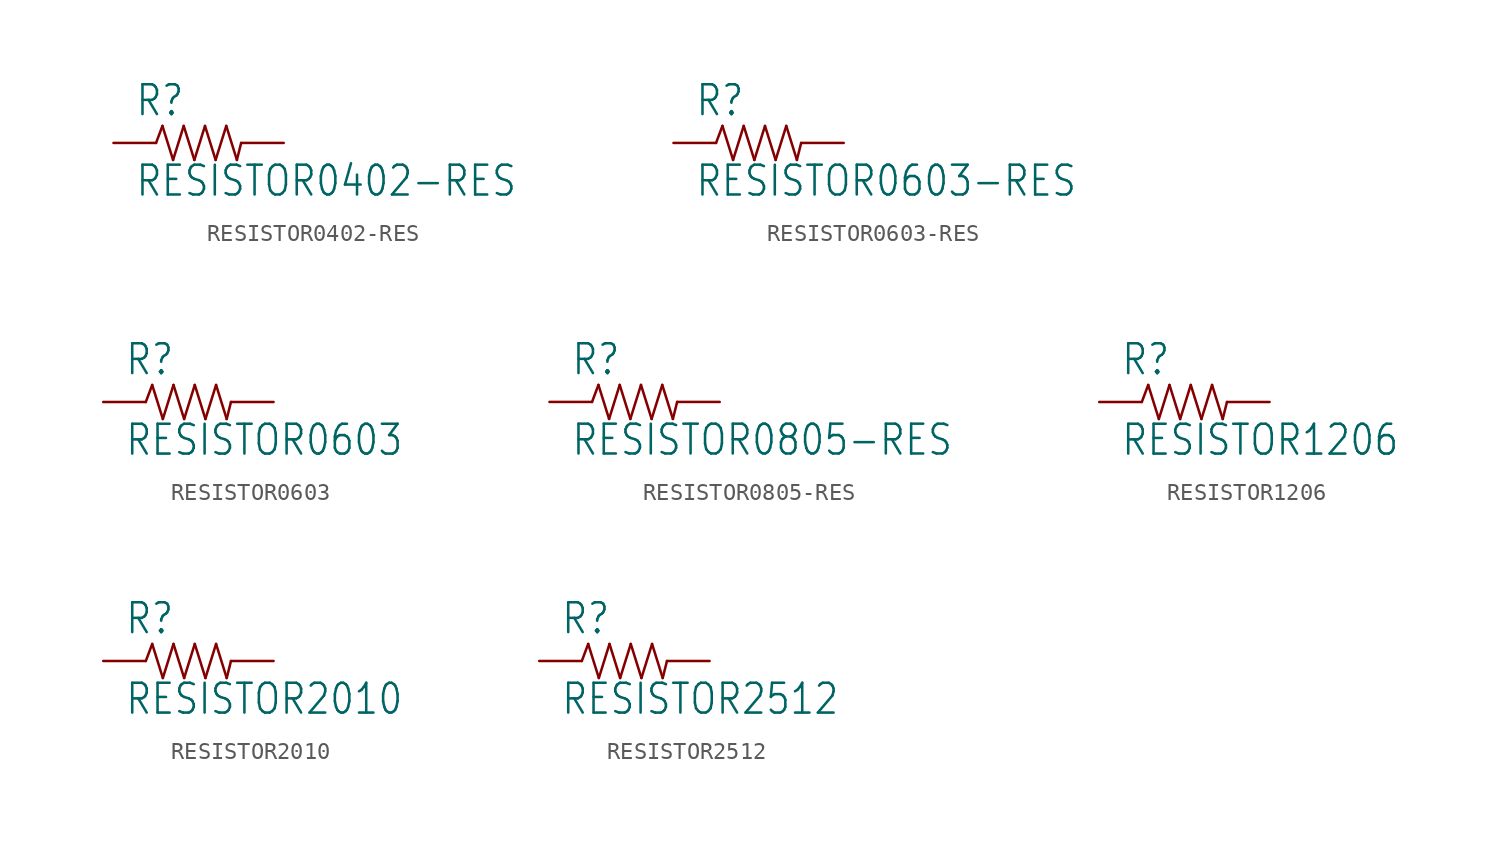
<source format=kicad_sym>
(kicad_symbol_lib
  (version 20200126)
  (host kicad_symbol_editor "5.99.0-unknown-aa7ce74~88~ubuntu18.04.1")
  (symbol "RESISTOR0402-RES"
    (property "Reference" "R"
      (at -3.81 1.499 0)
      (effects (font (size 1.778 1.511)) (justify left bottom)))
    (property "Value" "RESISTOR0402-RES"
      (at -3.81 -3.302 0)
      (effects (font (size 1.778 1.511)) (justify left bottom)))
    (property "ki_locked" ""
      (at 0 0 0)
      (effects (font (size 1.27 1.27))))
    (symbol "RESISTOR0402-RES_1_0"
      (polyline (pts (xy -2.54 0) (xy -2.159 1.016)) (stroke (width 0.152)) (fill (type none)))
      (polyline (pts (xy -2.159 1.016) (xy -1.524 -1.016)) (stroke (width 0.152)) (fill (type none)))
      (polyline (pts (xy -1.524 -1.016) (xy -0.889 1.016)) (stroke (width 0.152)) (fill (type none)))
      (polyline (pts (xy -0.889 1.016) (xy -0.254 -1.016)) (stroke (width 0.152)) (fill (type none)))
      (polyline (pts (xy -0.254 -1.016) (xy 0.381 1.016)) (stroke (width 0.152)) (fill (type none)))
      (polyline (pts (xy 0.381 1.016) (xy 1.016 -1.016)) (stroke (width 0.152)) (fill (type none)))
      (polyline (pts (xy 1.016 -1.016) (xy 1.651 1.016)) (stroke (width 0.152)) (fill (type none)))
      (polyline (pts (xy 1.651 1.016) (xy 2.286 -1.016)) (stroke (width 0.152)) (fill (type none)))
      (polyline (pts (xy 2.286 -1.016) (xy 2.54 0)) (stroke (width 0.152)) (fill (type none)))
      (pin passive line (at 5.08 0 180) (length 2.54) (name "2" (effects (font (size 0 0)))) (number "2" (effects (font (size 0 0)))))
      (pin passive line (at -5.08 0 0) (length 2.54) (name "1" (effects (font (size 0 0)))) (number "1" (effects (font (size 0 0)))))))
  (symbol "RESISTOR0603-RES"
    (property "Reference" "R"
      (at -3.81 1.499 0)
      (effects (font (size 1.778 1.511)) (justify left bottom)))
    (property "Value" "RESISTOR0603-RES"
      (at -3.81 -3.302 0)
      (effects (font (size 1.778 1.511)) (justify left bottom)))
    (property "ki_locked" ""
      (at 0 0 0)
      (effects (font (size 1.27 1.27))))
    (symbol "RESISTOR0603-RES_1_0"
      (polyline (pts (xy -2.54 0) (xy -2.159 1.016)) (stroke (width 0.152)) (fill (type none)))
      (polyline (pts (xy -2.159 1.016) (xy -1.524 -1.016)) (stroke (width 0.152)) (fill (type none)))
      (polyline (pts (xy -1.524 -1.016) (xy -0.889 1.016)) (stroke (width 0.152)) (fill (type none)))
      (polyline (pts (xy -0.889 1.016) (xy -0.254 -1.016)) (stroke (width 0.152)) (fill (type none)))
      (polyline (pts (xy -0.254 -1.016) (xy 0.381 1.016)) (stroke (width 0.152)) (fill (type none)))
      (polyline (pts (xy 0.381 1.016) (xy 1.016 -1.016)) (stroke (width 0.152)) (fill (type none)))
      (polyline (pts (xy 1.016 -1.016) (xy 1.651 1.016)) (stroke (width 0.152)) (fill (type none)))
      (polyline (pts (xy 1.651 1.016) (xy 2.286 -1.016)) (stroke (width 0.152)) (fill (type none)))
      (polyline (pts (xy 2.286 -1.016) (xy 2.54 0)) (stroke (width 0.152)) (fill (type none)))
      (pin passive line (at 5.08 0 180) (length 2.54) (name "2" (effects (font (size 0 0)))) (number "2" (effects (font (size 0 0)))))
      (pin passive line (at -5.08 0 0) (length 2.54) (name "1" (effects (font (size 0 0)))) (number "1" (effects (font (size 0 0)))))))
  (symbol "RESISTOR0603"
    (property "Reference" "R"
      (at -3.81 1.499 0)
      (effects (font (size 1.778 1.511)) (justify left bottom)))
    (property "Value" "RESISTOR0603"
      (at -3.81 -3.302 0)
      (effects (font (size 1.778 1.511)) (justify left bottom)))
    (property "ki_locked" ""
      (at 0 0 0)
      (effects (font (size 1.27 1.27))))
    (symbol "RESISTOR0603_1_0"
      (polyline (pts (xy -2.54 0) (xy -2.159 1.016)) (stroke (width 0.152)) (fill (type none)))
      (polyline (pts (xy -2.159 1.016) (xy -1.524 -1.016)) (stroke (width 0.152)) (fill (type none)))
      (polyline (pts (xy -1.524 -1.016) (xy -0.889 1.016)) (stroke (width 0.152)) (fill (type none)))
      (polyline (pts (xy -0.889 1.016) (xy -0.254 -1.016)) (stroke (width 0.152)) (fill (type none)))
      (polyline (pts (xy -0.254 -1.016) (xy 0.381 1.016)) (stroke (width 0.152)) (fill (type none)))
      (polyline (pts (xy 0.381 1.016) (xy 1.016 -1.016)) (stroke (width 0.152)) (fill (type none)))
      (polyline (pts (xy 1.016 -1.016) (xy 1.651 1.016)) (stroke (width 0.152)) (fill (type none)))
      (polyline (pts (xy 1.651 1.016) (xy 2.286 -1.016)) (stroke (width 0.152)) (fill (type none)))
      (polyline (pts (xy 2.286 -1.016) (xy 2.54 0)) (stroke (width 0.152)) (fill (type none)))
      (pin passive line (at 5.08 0 180) (length 2.54) (name "2" (effects (font (size 0 0)))) (number "2" (effects (font (size 0 0)))))
      (pin passive line (at -5.08 0 0) (length 2.54) (name "1" (effects (font (size 0 0)))) (number "1" (effects (font (size 0 0)))))))
  (symbol "RESISTOR0805-RES"
    (property "Reference" "R"
      (at -3.81 1.499 0)
      (effects (font (size 1.778 1.511)) (justify left bottom)))
    (property "Value" "RESISTOR0805-RES"
      (at -3.81 -3.302 0)
      (effects (font (size 1.778 1.511)) (justify left bottom)))
    (property "ki_locked" ""
      (at 0 0 0)
      (effects (font (size 1.27 1.27))))
    (symbol "RESISTOR0805-RES_1_0"
      (polyline (pts (xy -2.54 0) (xy -2.159 1.016)) (stroke (width 0.152)) (fill (type none)))
      (polyline (pts (xy -2.159 1.016) (xy -1.524 -1.016)) (stroke (width 0.152)) (fill (type none)))
      (polyline (pts (xy -1.524 -1.016) (xy -0.889 1.016)) (stroke (width 0.152)) (fill (type none)))
      (polyline (pts (xy -0.889 1.016) (xy -0.254 -1.016)) (stroke (width 0.152)) (fill (type none)))
      (polyline (pts (xy -0.254 -1.016) (xy 0.381 1.016)) (stroke (width 0.152)) (fill (type none)))
      (polyline (pts (xy 0.381 1.016) (xy 1.016 -1.016)) (stroke (width 0.152)) (fill (type none)))
      (polyline (pts (xy 1.016 -1.016) (xy 1.651 1.016)) (stroke (width 0.152)) (fill (type none)))
      (polyline (pts (xy 1.651 1.016) (xy 2.286 -1.016)) (stroke (width 0.152)) (fill (type none)))
      (polyline (pts (xy 2.286 -1.016) (xy 2.54 0)) (stroke (width 0.152)) (fill (type none)))
      (pin passive line (at 5.08 0 180) (length 2.54) (name "2" (effects (font (size 0 0)))) (number "2" (effects (font (size 0 0)))))
      (pin passive line (at -5.08 0 0) (length 2.54) (name "1" (effects (font (size 0 0)))) (number "1" (effects (font (size 0 0)))))))
  (symbol "RESISTOR1206"
    (property "Reference" "R"
      (at -3.81 1.499 0)
      (effects (font (size 1.778 1.511)) (justify left bottom)))
    (property "Value" "RESISTOR1206"
      (at -3.81 -3.302 0)
      (effects (font (size 1.778 1.511)) (justify left bottom)))
    (property "ki_locked" ""
      (at 0 0 0)
      (effects (font (size 1.27 1.27))))
    (symbol "RESISTOR1206_1_0"
      (polyline (pts (xy -2.54 0) (xy -2.159 1.016)) (stroke (width 0.152)) (fill (type none)))
      (polyline (pts (xy -2.159 1.016) (xy -1.524 -1.016)) (stroke (width 0.152)) (fill (type none)))
      (polyline (pts (xy -1.524 -1.016) (xy -0.889 1.016)) (stroke (width 0.152)) (fill (type none)))
      (polyline (pts (xy -0.889 1.016) (xy -0.254 -1.016)) (stroke (width 0.152)) (fill (type none)))
      (polyline (pts (xy -0.254 -1.016) (xy 0.381 1.016)) (stroke (width 0.152)) (fill (type none)))
      (polyline (pts (xy 0.381 1.016) (xy 1.016 -1.016)) (stroke (width 0.152)) (fill (type none)))
      (polyline (pts (xy 1.016 -1.016) (xy 1.651 1.016)) (stroke (width 0.152)) (fill (type none)))
      (polyline (pts (xy 1.651 1.016) (xy 2.286 -1.016)) (stroke (width 0.152)) (fill (type none)))
      (polyline (pts (xy 2.286 -1.016) (xy 2.54 0)) (stroke (width 0.152)) (fill (type none)))
      (pin passive line (at 5.08 0 180) (length 2.54) (name "2" (effects (font (size 0 0)))) (number "2" (effects (font (size 0 0)))))
      (pin passive line (at -5.08 0 0) (length 2.54) (name "1" (effects (font (size 0 0)))) (number "1" (effects (font (size 0 0)))))))
  (symbol "RESISTOR2010"
    (property "Reference" "R"
      (at -3.81 1.499 0)
      (effects (font (size 1.778 1.511)) (justify left bottom)))
    (property "Value" "RESISTOR2010"
      (at -3.81 -3.302 0)
      (effects (font (size 1.778 1.511)) (justify left bottom)))
    (property "ki_locked" ""
      (at 0 0 0)
      (effects (font (size 1.27 1.27))))
    (symbol "RESISTOR2010_1_0"
      (polyline (pts (xy -2.54 0) (xy -2.159 1.016)) (stroke (width 0.152)) (fill (type none)))
      (polyline (pts (xy -2.159 1.016) (xy -1.524 -1.016)) (stroke (width 0.152)) (fill (type none)))
      (polyline (pts (xy -1.524 -1.016) (xy -0.889 1.016)) (stroke (width 0.152)) (fill (type none)))
      (polyline (pts (xy -0.889 1.016) (xy -0.254 -1.016)) (stroke (width 0.152)) (fill (type none)))
      (polyline (pts (xy -0.254 -1.016) (xy 0.381 1.016)) (stroke (width 0.152)) (fill (type none)))
      (polyline (pts (xy 0.381 1.016) (xy 1.016 -1.016)) (stroke (width 0.152)) (fill (type none)))
      (polyline (pts (xy 1.016 -1.016) (xy 1.651 1.016)) (stroke (width 0.152)) (fill (type none)))
      (polyline (pts (xy 1.651 1.016) (xy 2.286 -1.016)) (stroke (width 0.152)) (fill (type none)))
      (polyline (pts (xy 2.286 -1.016) (xy 2.54 0)) (stroke (width 0.152)) (fill (type none)))
      (pin passive line (at 5.08 0 180) (length 2.54) (name "2" (effects (font (size 0 0)))) (number "2" (effects (font (size 0 0)))))
      (pin passive line (at -5.08 0 0) (length 2.54) (name "1" (effects (font (size 0 0)))) (number "1" (effects (font (size 0 0)))))))
  (symbol "RESISTOR2512"
    (property "Reference" "R"
      (at -3.81 1.499 0)
      (effects (font (size 1.778 1.511)) (justify left bottom)))
    (property "Value" "RESISTOR2512"
      (at -3.81 -3.302 0)
      (effects (font (size 1.778 1.511)) (justify left bottom)))
    (property "ki_locked" ""
      (at 0 0 0)
      (effects (font (size 1.27 1.27))))
    (symbol "RESISTOR2512_1_0"
      (polyline (pts (xy -2.54 0) (xy -2.159 1.016)) (stroke (width 0.152)) (fill (type none)))
      (polyline (pts (xy -2.159 1.016) (xy -1.524 -1.016)) (stroke (width 0.152)) (fill (type none)))
      (polyline (pts (xy -1.524 -1.016) (xy -0.889 1.016)) (stroke (width 0.152)) (fill (type none)))
      (polyline (pts (xy -0.889 1.016) (xy -0.254 -1.016)) (stroke (width 0.152)) (fill (type none)))
      (polyline (pts (xy -0.254 -1.016) (xy 0.381 1.016)) (stroke (width 0.152)) (fill (type none)))
      (polyline (pts (xy 0.381 1.016) (xy 1.016 -1.016)) (stroke (width 0.152)) (fill (type none)))
      (polyline (pts (xy 1.016 -1.016) (xy 1.651 1.016)) (stroke (width 0.152)) (fill (type none)))
      (polyline (pts (xy 1.651 1.016) (xy 2.286 -1.016)) (stroke (width 0.152)) (fill (type none)))
      (polyline (pts (xy 2.286 -1.016) (xy 2.54 0)) (stroke (width 0.152)) (fill (type none)))
      (pin passive line (at 5.08 0 180) (length 2.54) (name "2" (effects (font (size 0 0)))) (number "2" (effects (font (size 0 0)))))
      (pin passive line (at -5.08 0 0) (length 2.54) (name "1" (effects (font (size 0 0)))) (number "1" (effects (font (size 0 0))))))))
</source>
